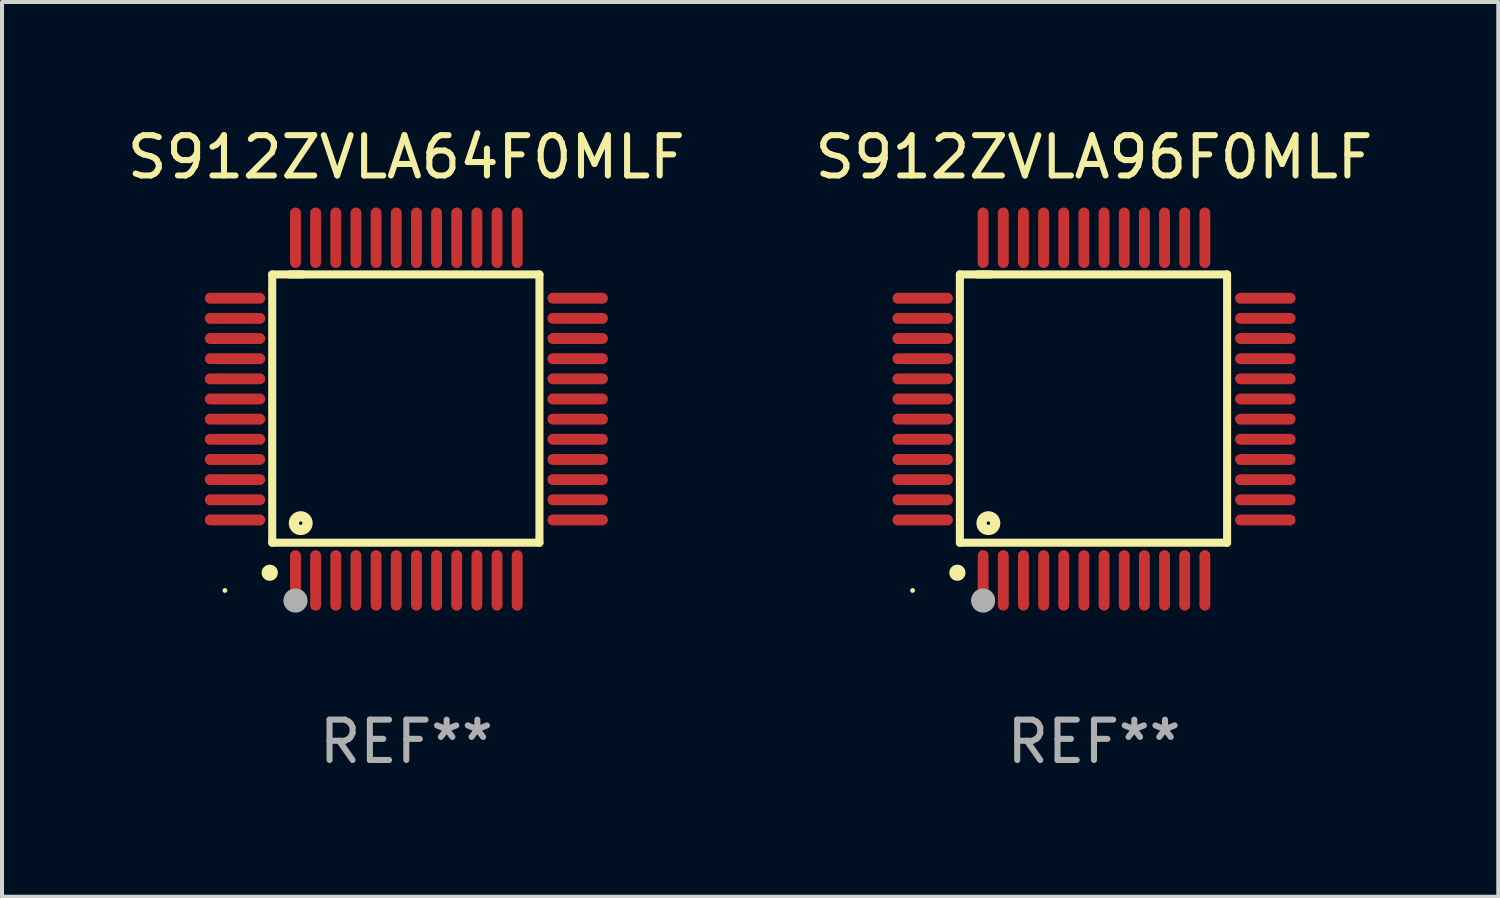
<source format=kicad_pcb>
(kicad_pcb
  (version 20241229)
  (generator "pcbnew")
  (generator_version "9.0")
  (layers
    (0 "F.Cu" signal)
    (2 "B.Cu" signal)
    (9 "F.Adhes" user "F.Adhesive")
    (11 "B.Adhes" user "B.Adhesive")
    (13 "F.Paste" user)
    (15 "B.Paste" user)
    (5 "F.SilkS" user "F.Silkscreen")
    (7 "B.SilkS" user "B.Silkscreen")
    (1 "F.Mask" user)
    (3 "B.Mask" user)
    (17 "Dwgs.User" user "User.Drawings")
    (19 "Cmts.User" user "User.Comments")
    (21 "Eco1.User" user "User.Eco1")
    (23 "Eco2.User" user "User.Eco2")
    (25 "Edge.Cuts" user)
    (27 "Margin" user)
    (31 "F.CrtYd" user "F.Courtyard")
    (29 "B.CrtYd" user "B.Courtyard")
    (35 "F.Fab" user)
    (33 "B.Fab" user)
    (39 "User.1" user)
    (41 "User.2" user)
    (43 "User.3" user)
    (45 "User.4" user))
  (footprint "S912ZVLA96F0MLF"
    (layer "F.Cu")
    (at 24.089 7.098)
    (property "Reference" "S912ZVLA96F0MLF" (at 0 -6.25 0) (layer "F.SilkS") (effects (font (size 1 1) (thickness 0.15))))
    (attr through_hole)
    (fp_line (start -3.327 -3.34) (end -2.565 -3.34) (stroke (width 0.2) (type solid)) (layer "F.SilkS"))
    (fp_line (start -3.327 3.315) (end -3.327 -3.34) (stroke (width 0.2) (type solid)) (layer "F.SilkS"))
    (fp_line (start -2.896 -3.34) (end 3.302 -3.34) (stroke (width 0.2) (type solid)) (layer "F.SilkS"))
    (fp_line (start 3.302 -3.34) (end 3.302 3.315) (stroke (width 0.2) (type solid)) (layer "F.SilkS"))
    (fp_line (start 3.302 3.315) (end -3.327 3.315) (stroke (width 0.2) (type solid)) (layer "F.SilkS"))
    (fp_arc (start -3.389992 4.059995) (mid -3.388722 4.059991) (end -3.387452 4.059995) (stroke (width 0.4) (type solid)) (layer "F.SilkS"))
    (fp_circle (center -4.5 4.5) (end -4.47 4.5) (stroke (width 0.06) (type solid)) (fill no) (layer "F.SilkS"))
    (fp_circle (center -2.62 2.83) (end -2.45 2.83) (stroke (width 0.254) (type solid)) (fill no) (layer "F.SilkS"))
    (fp_circle (center -2.75 4.75) (end -2.6 4.75) (stroke (width 0.3) (type solid)) (fill no) (layer "F.Fab"))
    (fp_text user "REF**" (at 0 8.25 0) (layer "F.Fab") (effects (font (size 1 1) (thickness 0.15))))
    (pad "1" smd oval (at -2.75 4.25) (size 0.27 1.5) (layers "F.Cu" "F.Mask" "F.Paste"))
    (pad "2" smd oval (at -2.25 4.25) (size 0.27 1.5) (layers "F.Cu" "F.Mask" "F.Paste"))
    (pad "3" smd oval (at -1.75 4.25) (size 0.27 1.5) (layers "F.Cu" "F.Mask" "F.Paste"))
    (pad "4" smd oval (at -1.25 4.25) (size 0.27 1.5) (layers "F.Cu" "F.Mask" "F.Paste"))
    (pad "5" smd oval (at -0.75 4.25) (size 0.27 1.5) (layers "F.Cu" "F.Mask" "F.Paste"))
    (pad "6" smd oval (at -0.25 4.25) (size 0.27 1.5) (layers "F.Cu" "F.Mask" "F.Paste"))
    (pad "7" smd oval (at 0.25 4.25) (size 0.27 1.5) (layers "F.Cu" "F.Mask" "F.Paste"))
    (pad "8" smd oval (at 0.75 4.25) (size 0.27 1.5) (layers "F.Cu" "F.Mask" "F.Paste"))
    (pad "9" smd oval (at 1.25 4.25) (size 0.27 1.5) (layers "F.Cu" "F.Mask" "F.Paste"))
    (pad "10" smd oval (at 1.75 4.25) (size 0.27 1.5) (layers "F.Cu" "F.Mask" "F.Paste"))
    (pad "11" smd oval (at 2.25 4.25) (size 0.27 1.5) (layers "F.Cu" "F.Mask" "F.Paste"))
    (pad "12" smd oval (at 2.75 4.25) (size 0.27 1.5) (layers "F.Cu" "F.Mask" "F.Paste"))
    (pad "13" smd oval (at 4.25 2.75) (size 1.5 0.27) (layers "F.Cu" "F.Mask" "F.Paste"))
    (pad "14" smd oval (at 4.25 2.25) (size 1.5 0.27) (layers "F.Cu" "F.Mask" "F.Paste"))
    (pad "15" smd oval (at 4.25 1.75) (size 1.5 0.27) (layers "F.Cu" "F.Mask" "F.Paste"))
    (pad "16" smd oval (at 4.25 1.25) (size 1.5 0.27) (layers "F.Cu" "F.Mask" "F.Paste"))
    (pad "17" smd oval (at 4.25 0.75) (size 1.5 0.27) (layers "F.Cu" "F.Mask" "F.Paste"))
    (pad "18" smd oval (at 4.25 0.25) (size 1.5 0.27) (layers "F.Cu" "F.Mask" "F.Paste"))
    (pad "19" smd oval (at 4.25 -0.25) (size 1.5 0.27) (layers "F.Cu" "F.Mask" "F.Paste"))
    (pad "20" smd oval (at 4.25 -0.75) (size 1.5 0.27) (layers "F.Cu" "F.Mask" "F.Paste"))
    (pad "21" smd oval (at 4.25 -1.25) (size 1.5 0.27) (layers "F.Cu" "F.Mask" "F.Paste"))
    (pad "22" smd oval (at 4.25 -1.75) (size 1.5 0.27) (layers "F.Cu" "F.Mask" "F.Paste"))
    (pad "23" smd oval (at 4.25 -2.25) (size 1.5 0.27) (layers "F.Cu" "F.Mask" "F.Paste"))
    (pad "24" smd oval (at 4.25 -2.75) (size 1.5 0.27) (layers "F.Cu" "F.Mask" "F.Paste"))
    (pad "25" smd oval (at 2.75 -4.25) (size 0.27 1.5) (layers "F.Cu" "F.Mask" "F.Paste"))
    (pad "26" smd oval (at 2.25 -4.25) (size 0.27 1.5) (layers "F.Cu" "F.Mask" "F.Paste"))
    (pad "27" smd oval (at 1.75 -4.25) (size 0.27 1.5) (layers "F.Cu" "F.Mask" "F.Paste"))
    (pad "28" smd oval (at 1.25 -4.25) (size 0.27 1.5) (layers "F.Cu" "F.Mask" "F.Paste"))
    (pad "29" smd oval (at 0.75 -4.25) (size 0.27 1.5) (layers "F.Cu" "F.Mask" "F.Paste"))
    (pad "30" smd oval (at 0.25 -4.25) (size 0.27 1.5) (layers "F.Cu" "F.Mask" "F.Paste"))
    (pad "31" smd oval (at -0.25 -4.25) (size 0.27 1.5) (layers "F.Cu" "F.Mask" "F.Paste"))
    (pad "32" smd oval (at -0.75 -4.25) (size 0.27 1.5) (layers "F.Cu" "F.Mask" "F.Paste"))
    (pad "33" smd oval (at -1.25 -4.25) (size 0.27 1.5) (layers "F.Cu" "F.Mask" "F.Paste"))
    (pad "34" smd oval (at -1.75 -4.25) (size 0.27 1.5) (layers "F.Cu" "F.Mask" "F.Paste"))
    (pad "35" smd oval (at -2.25 -4.25) (size 0.27 1.5) (layers "F.Cu" "F.Mask" "F.Paste"))
    (pad "36" smd oval (at -2.75 -4.25) (size 0.27 1.5) (layers "F.Cu" "F.Mask" "F.Paste"))
    (pad "37" smd oval (at -4.25 -2.75) (size 1.5 0.27) (layers "F.Cu" "F.Mask" "F.Paste"))
    (pad "38" smd oval (at -4.25 -2.25) (size 1.5 0.27) (layers "F.Cu" "F.Mask" "F.Paste"))
    (pad "39" smd oval (at -4.25 -1.75) (size 1.5 0.27) (layers "F.Cu" "F.Mask" "F.Paste"))
    (pad "40" smd oval (at -4.25 -1.25) (size 1.5 0.27) (layers "F.Cu" "F.Mask" "F.Paste"))
    (pad "41" smd oval (at -4.25 -0.75) (size 1.5 0.27) (layers "F.Cu" "F.Mask" "F.Paste"))
    (pad "42" smd oval (at -4.25 -0.25) (size 1.5 0.27) (layers "F.Cu" "F.Mask" "F.Paste"))
    (pad "43" smd oval (at -4.25 0.25) (size 1.5 0.27) (layers "F.Cu" "F.Mask" "F.Paste"))
    (pad "44" smd oval (at -4.25 0.75) (size 1.5 0.27) (layers "F.Cu" "F.Mask" "F.Paste"))
    (pad "45" smd oval (at -4.25 1.25) (size 1.5 0.27) (layers "F.Cu" "F.Mask" "F.Paste"))
    (pad "46" smd oval (at -4.25 1.75) (size 1.5 0.27) (layers "F.Cu" "F.Mask" "F.Paste"))
    (pad "47" smd oval (at -4.25 2.25) (size 1.5 0.27) (layers "F.Cu" "F.Mask" "F.Paste"))
    (pad "48" smd oval (at -4.25 2.75) (size 1.5 0.27) (layers "F.Cu" "F.Mask" "F.Paste")))
  (footprint "S912ZVLA64F0MLF"
    (layer "F.Cu")
    (at 7.03 7.098)
    (property "Reference" "S912ZVLA64F0MLF" (at 0 -6.25 0) (layer "F.SilkS") (effects (font (size 1 1) (thickness 0.15))))
    (attr through_hole)
    (fp_line (start -3.327 -3.34) (end -2.565 -3.34) (stroke (width 0.2) (type solid)) (layer "F.SilkS"))
    (fp_line (start -3.327 3.315) (end -3.327 -3.34) (stroke (width 0.2) (type solid)) (layer "F.SilkS"))
    (fp_line (start -2.896 -3.34) (end 3.302 -3.34) (stroke (width 0.2) (type solid)) (layer "F.SilkS"))
    (fp_line (start 3.302 -3.34) (end 3.302 3.315) (stroke (width 0.2) (type solid)) (layer "F.SilkS"))
    (fp_line (start 3.302 3.315) (end -3.327 3.315) (stroke (width 0.2) (type solid)) (layer "F.SilkS"))
    (fp_arc (start -3.389992 4.059995) (mid -3.388722 4.059991) (end -3.387452 4.059995) (stroke (width 0.4) (type solid)) (layer "F.SilkS"))
    (fp_circle (center -4.5 4.5) (end -4.47 4.5) (stroke (width 0.06) (type solid)) (fill no) (layer "F.SilkS"))
    (fp_circle (center -2.62 2.83) (end -2.45 2.83) (stroke (width 0.254) (type solid)) (fill no) (layer "F.SilkS"))
    (fp_circle (center -2.75 4.75) (end -2.6 4.75) (stroke (width 0.3) (type solid)) (fill no) (layer "F.Fab"))
    (fp_text user "REF**" (at 0 8.25 0) (layer "F.Fab") (effects (font (size 1 1) (thickness 0.15))))
    (pad "1" smd oval (at -2.75 4.25) (size 0.27 1.5) (layers "F.Cu" "F.Mask" "F.Paste"))
    (pad "2" smd oval (at -2.25 4.25) (size 0.27 1.5) (layers "F.Cu" "F.Mask" "F.Paste"))
    (pad "3" smd oval (at -1.75 4.25) (size 0.27 1.5) (layers "F.Cu" "F.Mask" "F.Paste"))
    (pad "4" smd oval (at -1.25 4.25) (size 0.27 1.5) (layers "F.Cu" "F.Mask" "F.Paste"))
    (pad "5" smd oval (at -0.75 4.25) (size 0.27 1.5) (layers "F.Cu" "F.Mask" "F.Paste"))
    (pad "6" smd oval (at -0.25 4.25) (size 0.27 1.5) (layers "F.Cu" "F.Mask" "F.Paste"))
    (pad "7" smd oval (at 0.25 4.25) (size 0.27 1.5) (layers "F.Cu" "F.Mask" "F.Paste"))
    (pad "8" smd oval (at 0.75 4.25) (size 0.27 1.5) (layers "F.Cu" "F.Mask" "F.Paste"))
    (pad "9" smd oval (at 1.25 4.25) (size 0.27 1.5) (layers "F.Cu" "F.Mask" "F.Paste"))
    (pad "10" smd oval (at 1.75 4.25) (size 0.27 1.5) (layers "F.Cu" "F.Mask" "F.Paste"))
    (pad "11" smd oval (at 2.25 4.25) (size 0.27 1.5) (layers "F.Cu" "F.Mask" "F.Paste"))
    (pad "12" smd oval (at 2.75 4.25) (size 0.27 1.5) (layers "F.Cu" "F.Mask" "F.Paste"))
    (pad "13" smd oval (at 4.25 2.75) (size 1.5 0.27) (layers "F.Cu" "F.Mask" "F.Paste"))
    (pad "14" smd oval (at 4.25 2.25) (size 1.5 0.27) (layers "F.Cu" "F.Mask" "F.Paste"))
    (pad "15" smd oval (at 4.25 1.75) (size 1.5 0.27) (layers "F.Cu" "F.Mask" "F.Paste"))
    (pad "16" smd oval (at 4.25 1.25) (size 1.5 0.27) (layers "F.Cu" "F.Mask" "F.Paste"))
    (pad "17" smd oval (at 4.25 0.75) (size 1.5 0.27) (layers "F.Cu" "F.Mask" "F.Paste"))
    (pad "18" smd oval (at 4.25 0.25) (size 1.5 0.27) (layers "F.Cu" "F.Mask" "F.Paste"))
    (pad "19" smd oval (at 4.25 -0.25) (size 1.5 0.27) (layers "F.Cu" "F.Mask" "F.Paste"))
    (pad "20" smd oval (at 4.25 -0.75) (size 1.5 0.27) (layers "F.Cu" "F.Mask" "F.Paste"))
    (pad "21" smd oval (at 4.25 -1.25) (size 1.5 0.27) (layers "F.Cu" "F.Mask" "F.Paste"))
    (pad "22" smd oval (at 4.25 -1.75) (size 1.5 0.27) (layers "F.Cu" "F.Mask" "F.Paste"))
    (pad "23" smd oval (at 4.25 -2.25) (size 1.5 0.27) (layers "F.Cu" "F.Mask" "F.Paste"))
    (pad "24" smd oval (at 4.25 -2.75) (size 1.5 0.27) (layers "F.Cu" "F.Mask" "F.Paste"))
    (pad "25" smd oval (at 2.75 -4.25) (size 0.27 1.5) (layers "F.Cu" "F.Mask" "F.Paste"))
    (pad "26" smd oval (at 2.25 -4.25) (size 0.27 1.5) (layers "F.Cu" "F.Mask" "F.Paste"))
    (pad "27" smd oval (at 1.75 -4.25) (size 0.27 1.5) (layers "F.Cu" "F.Mask" "F.Paste"))
    (pad "28" smd oval (at 1.25 -4.25) (size 0.27 1.5) (layers "F.Cu" "F.Mask" "F.Paste"))
    (pad "29" smd oval (at 0.75 -4.25) (size 0.27 1.5) (layers "F.Cu" "F.Mask" "F.Paste"))
    (pad "30" smd oval (at 0.25 -4.25) (size 0.27 1.5) (layers "F.Cu" "F.Mask" "F.Paste"))
    (pad "31" smd oval (at -0.25 -4.25) (size 0.27 1.5) (layers "F.Cu" "F.Mask" "F.Paste"))
    (pad "32" smd oval (at -0.75 -4.25) (size 0.27 1.5) (layers "F.Cu" "F.Mask" "F.Paste"))
    (pad "33" smd oval (at -1.25 -4.25) (size 0.27 1.5) (layers "F.Cu" "F.Mask" "F.Paste"))
    (pad "34" smd oval (at -1.75 -4.25) (size 0.27 1.5) (layers "F.Cu" "F.Mask" "F.Paste"))
    (pad "35" smd oval (at -2.25 -4.25) (size 0.27 1.5) (layers "F.Cu" "F.Mask" "F.Paste"))
    (pad "36" smd oval (at -2.75 -4.25) (size 0.27 1.5) (layers "F.Cu" "F.Mask" "F.Paste"))
    (pad "37" smd oval (at -4.25 -2.75) (size 1.5 0.27) (layers "F.Cu" "F.Mask" "F.Paste"))
    (pad "38" smd oval (at -4.25 -2.25) (size 1.5 0.27) (layers "F.Cu" "F.Mask" "F.Paste"))
    (pad "39" smd oval (at -4.25 -1.75) (size 1.5 0.27) (layers "F.Cu" "F.Mask" "F.Paste"))
    (pad "40" smd oval (at -4.25 -1.25) (size 1.5 0.27) (layers "F.Cu" "F.Mask" "F.Paste"))
    (pad "41" smd oval (at -4.25 -0.75) (size 1.5 0.27) (layers "F.Cu" "F.Mask" "F.Paste"))
    (pad "42" smd oval (at -4.25 -0.25) (size 1.5 0.27) (layers "F.Cu" "F.Mask" "F.Paste"))
    (pad "43" smd oval (at -4.25 0.25) (size 1.5 0.27) (layers "F.Cu" "F.Mask" "F.Paste"))
    (pad "44" smd oval (at -4.25 0.75) (size 1.5 0.27) (layers "F.Cu" "F.Mask" "F.Paste"))
    (pad "45" smd oval (at -4.25 1.25) (size 1.5 0.27) (layers "F.Cu" "F.Mask" "F.Paste"))
    (pad "46" smd oval (at -4.25 1.75) (size 1.5 0.27) (layers "F.Cu" "F.Mask" "F.Paste"))
    (pad "47" smd oval (at -4.25 2.25) (size 1.5 0.27) (layers "F.Cu" "F.Mask" "F.Paste"))
    (pad "48" smd oval (at -4.25 2.75) (size 1.5 0.27) (layers "F.Cu" "F.Mask" "F.Paste")))
  (gr_rect
    (start -3 -3)
    (end 34.119 19.196)
    (stroke (width 0.1) (type default))
    (fill no)
    (layer "Edge.Cuts")))
</source>
